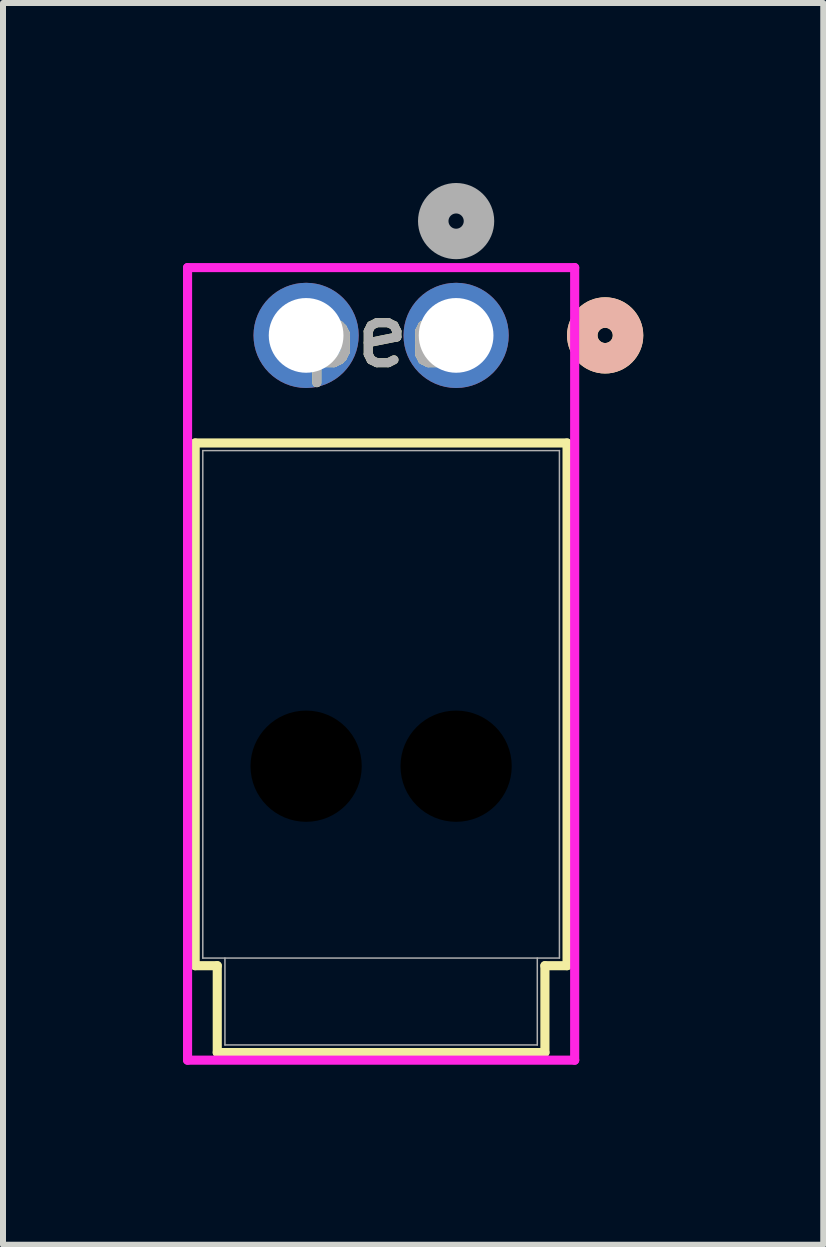
<source format=kicad_pcb>
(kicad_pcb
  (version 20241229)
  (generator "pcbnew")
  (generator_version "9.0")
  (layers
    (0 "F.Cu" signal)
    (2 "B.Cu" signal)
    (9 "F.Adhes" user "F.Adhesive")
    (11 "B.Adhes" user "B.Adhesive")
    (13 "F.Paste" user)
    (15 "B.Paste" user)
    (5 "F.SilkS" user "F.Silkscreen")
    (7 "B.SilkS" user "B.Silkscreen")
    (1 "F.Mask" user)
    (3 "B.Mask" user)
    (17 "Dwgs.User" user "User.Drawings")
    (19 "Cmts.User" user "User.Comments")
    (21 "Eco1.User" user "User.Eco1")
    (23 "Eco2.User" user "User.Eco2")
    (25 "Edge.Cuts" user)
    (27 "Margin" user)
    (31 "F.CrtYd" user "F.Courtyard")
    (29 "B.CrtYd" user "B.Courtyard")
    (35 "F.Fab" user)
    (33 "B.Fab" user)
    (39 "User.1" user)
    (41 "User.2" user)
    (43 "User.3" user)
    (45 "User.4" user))
  (footprint "pee"
    (layer "F.Cu")
    (at 4.552 2.54)
    (property "Reference" "pee" (at -1.25 0 0) (unlocked yes) (layer "F.SilkS") (effects (font (size 1 1) (thickness 0.15))))
    (attr through_hole)
    (fp_line (start -4.349 1.793) (end -4.349 10.505) (stroke (width 0.152) (type solid)) (layer "F.SilkS"))
    (fp_line (start -4.349 10.505) (end -3.981 10.505) (stroke (width 0.152) (type solid)) (layer "F.SilkS"))
    (fp_line (start -3.981 10.505) (end -3.981 11.953) (stroke (width 0.152) (type solid)) (layer "F.SilkS"))
    (fp_line (start -3.981 11.953) (end 1.48 11.953) (stroke (width 0.152) (type solid)) (layer "F.SilkS"))
    (fp_line (start 1.48 10.505) (end 1.849 10.505) (stroke (width 0.152) (type solid)) (layer "F.SilkS"))
    (fp_line (start 1.48 11.953) (end 1.48 10.505) (stroke (width 0.152) (type solid)) (layer "F.SilkS"))
    (fp_line (start 1.849 1.793) (end -4.349 1.793) (stroke (width 0.152) (type solid)) (layer "F.SilkS"))
    (fp_line (start 1.849 10.505) (end 1.849 1.793) (stroke (width 0.152) (type solid)) (layer "F.SilkS"))
    (fp_circle (center 2.484 0) (end 2.865 0) (stroke (width 0.508) (type solid)) (fill no) (layer "F.SilkS"))
    (fp_circle (center 2.484 0) (end 2.865 0) (stroke (width 0.508) (type solid)) (fill no) (layer "B.SilkS"))
    (fp_line (start -4.476 -1.13) (end -4.476 12.08) (stroke (width 0.152) (type solid)) (layer "F.CrtYd"))
    (fp_line (start -4.476 12.08) (end 1.976 12.08) (stroke (width 0.152) (type solid)) (layer "F.CrtYd"))
    (fp_line (start 1.976 -1.13) (end -4.476 -1.13) (stroke (width 0.152) (type solid)) (layer "F.CrtYd"))
    (fp_line (start 1.976 12.08) (end 1.976 -1.13) (stroke (width 0.152) (type solid)) (layer "F.CrtYd"))
    (fp_line (start -4.222 1.92) (end -4.222 10.378) (stroke (width 0.025) (type solid)) (layer "F.Fab"))
    (fp_line (start -4.222 10.378) (end 1.722 10.378) (stroke (width 0.025) (type solid)) (layer "F.Fab"))
    (fp_line (start -3.853 10.378) (end -3.853 11.826) (stroke (width 0.025) (type solid)) (layer "F.Fab"))
    (fp_line (start -3.853 11.826) (end 1.353 11.826) (stroke (width 0.025) (type solid)) (layer "F.Fab"))
    (fp_line (start 1.353 11.826) (end 1.353 10.378) (stroke (width 0.025) (type solid)) (layer "F.Fab"))
    (fp_line (start 1.722 1.92) (end -4.222 1.92) (stroke (width 0.025) (type solid)) (layer "F.Fab"))
    (fp_line (start 1.722 10.378) (end 1.722 1.92) (stroke (width 0.025) (type solid)) (layer "F.Fab"))
    (fp_circle (center 0 -1.905) (end 0.381 -1.905) (stroke (width 0.508) (type solid)) (fill no) (layer "F.Fab"))
    (fp_text user "${REFERENCE}" (at -1.25 0 0) (unlocked yes) (layer "F.Fab") (effects (font (size 1 1) (thickness 0.15))))
    (pad "" np_thru_hole circle (at -2.5 7.18) (size 1.854 1.854) (drill 1.854) (layers))
    (pad "" np_thru_hole circle (at 0 7.18) (size 1.854 1.854) (drill 1.854) (layers))
    (pad "1" thru_hole circle (at 0 0) (size 1.753 1.753) (drill 1.245) (layers "*.Cu" "*.Mask"))
    (pad "2" thru_hole circle (at -2.5 0) (size 1.753 1.753) (drill 1.245) (layers "*.Cu" "*.Mask")))
  (gr_rect
    (start -3 -3)
    (end 10.671 17.696)
    (stroke (width 0.1) (type default))
    (fill no)
    (layer "Edge.Cuts")))
</source>
